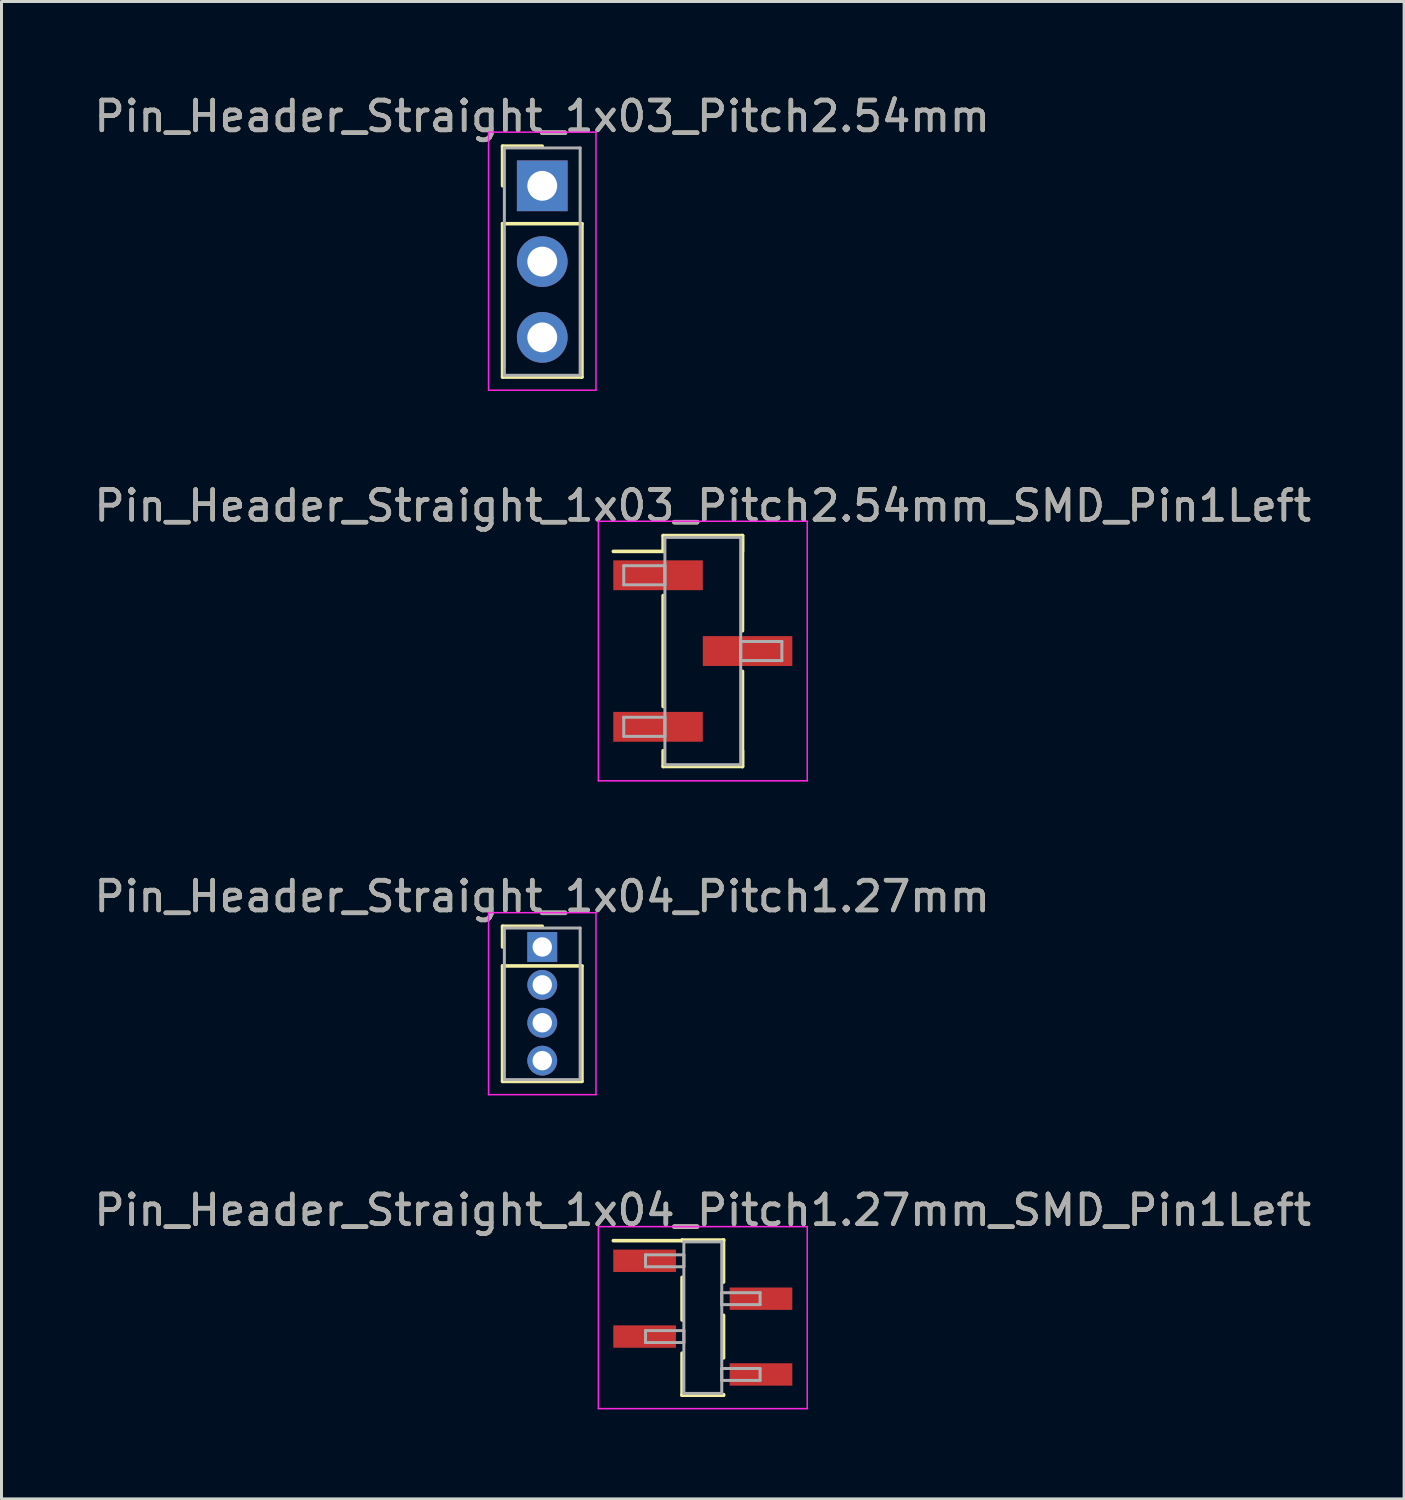
<source format=kicad_pcb>
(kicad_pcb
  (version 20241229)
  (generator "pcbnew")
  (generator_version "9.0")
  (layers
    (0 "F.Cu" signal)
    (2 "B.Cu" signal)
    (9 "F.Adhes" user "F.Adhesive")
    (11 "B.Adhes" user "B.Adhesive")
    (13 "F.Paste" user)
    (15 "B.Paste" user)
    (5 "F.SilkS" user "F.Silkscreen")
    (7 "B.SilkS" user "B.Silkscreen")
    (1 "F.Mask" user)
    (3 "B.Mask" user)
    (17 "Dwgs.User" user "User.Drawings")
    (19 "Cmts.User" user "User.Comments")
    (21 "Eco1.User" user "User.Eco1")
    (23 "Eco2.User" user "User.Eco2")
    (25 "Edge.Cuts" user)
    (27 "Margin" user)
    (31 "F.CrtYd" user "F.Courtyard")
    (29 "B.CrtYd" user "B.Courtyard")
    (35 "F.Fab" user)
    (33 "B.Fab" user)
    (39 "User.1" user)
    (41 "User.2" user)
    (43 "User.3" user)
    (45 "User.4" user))
  (footprint "Pin_Header_Straight_1x04_Pitch1.27mm"
    (layer "F.Cu")
    (at 15.125 28.69)
    (property "Reference" "Pin_Header_Straight_1x04_Pitch1.27mm" (at 0 -1.695 0) (layer "F.SilkS") (effects (font (size 1 1) (thickness 0.15))))
    (attr through_hole)
    (fp_line (start -1.33 -0.695) (end 0 -0.695) (stroke (width 0.12) (type solid)) (layer "F.SilkS"))
    (fp_line (start -1.33 0) (end -1.33 -0.695) (stroke (width 0.12) (type solid)) (layer "F.SilkS"))
    (fp_line (start -1.33 0.635) (end -1.33 4.505) (stroke (width 0.12) (type solid)) (layer "F.SilkS"))
    (fp_line (start -1.33 4.505) (end 1.33 4.505) (stroke (width 0.12) (type solid)) (layer "F.SilkS"))
    (fp_line (start 1.33 0.635) (end -1.33 0.635) (stroke (width 0.12) (type solid)) (layer "F.SilkS"))
    (fp_line (start 1.33 4.505) (end 1.33 0.635) (stroke (width 0.12) (type solid)) (layer "F.SilkS"))
    (fp_line (start -1.8 -1.15) (end -1.8 4.95) (stroke (width 0.05) (type solid)) (layer "F.CrtYd"))
    (fp_line (start -1.8 4.95) (end 1.8 4.95) (stroke (width 0.05) (type solid)) (layer "F.CrtYd"))
    (fp_line (start 1.8 -1.15) (end -1.8 -1.15) (stroke (width 0.05) (type solid)) (layer "F.CrtYd"))
    (fp_line (start 1.8 4.95) (end 1.8 -1.15) (stroke (width 0.05) (type solid)) (layer "F.CrtYd"))
    (fp_line (start -1.27 -0.635) (end -1.27 4.445) (stroke (width 0.1) (type solid)) (layer "F.Fab"))
    (fp_line (start -1.27 4.445) (end 1.27 4.445) (stroke (width 0.1) (type solid)) (layer "F.Fab"))
    (fp_line (start 1.27 -0.635) (end -1.27 -0.635) (stroke (width 0.1) (type solid)) (layer "F.Fab"))
    (fp_line (start 1.27 4.445) (end 1.27 -0.635) (stroke (width 0.1) (type solid)) (layer "F.Fab"))
    (fp_text user "${REFERENCE}" (at 0 -1.695 0) (layer "F.Fab") (effects (font (size 1 1) (thickness 0.15))))
    (pad "1" thru_hole rect (at 0 0) (size 1 1) (drill 0.65) (layers "*.Cu" "*.Mask"))
    (pad "2" thru_hole oval (at 0 1.27) (size 1 1) (drill 0.65) (layers "*.Cu" "*.Mask"))
    (pad "3" thru_hole oval (at 0 2.54) (size 1 1) (drill 0.65) (layers "*.Cu" "*.Mask"))
    (pad "4" thru_hole oval (at 0 3.81) (size 1 1) (drill 0.65) (layers "*.Cu" "*.Mask")))
  (footprint "Pin_Header_Straight_1x03_Pitch2.54mm_SMD_Pin1Left"
    (layer "F.Cu")
    (at 20.506 18.771)
    (property "Reference" "Pin_Header_Straight_1x03_Pitch2.54mm_SMD_Pin1Left" (at 0 -4.87 0) (layer "F.SilkS") (effects (font (size 1 1) (thickness 0.15))))
    (attr smd)
    (fp_line (start -1.33 -3.87) (end 1.33 -3.87) (stroke (width 0.12) (type solid)) (layer "F.SilkS"))
    (fp_line (start -1.33 -3.34) (end -3 -3.34) (stroke (width 0.12) (type solid)) (layer "F.SilkS"))
    (fp_line (start -1.33 -3.34) (end -1.33 -3.87) (stroke (width 0.12) (type solid)) (layer "F.SilkS"))
    (fp_line (start -1.33 -1.86) (end -1.33 1.86) (stroke (width 0.12) (type solid)) (layer "F.SilkS"))
    (fp_line (start -1.33 3.34) (end -1.33 3.87) (stroke (width 0.12) (type solid)) (layer "F.SilkS"))
    (fp_line (start -1.33 3.87) (end 1.33 3.87) (stroke (width 0.12) (type solid)) (layer "F.SilkS"))
    (fp_line (start 1.33 -3.87) (end 1.33 -3.34) (stroke (width 0.12) (type solid)) (layer "F.SilkS"))
    (fp_line (start 1.33 -3.87) (end 1.33 -0.68) (stroke (width 0.12) (type solid)) (layer "F.SilkS"))
    (fp_line (start 1.33 0.68) (end 1.33 3.87) (stroke (width 0.12) (type solid)) (layer "F.SilkS"))
    (fp_line (start 1.33 3.87) (end 1.33 3.34) (stroke (width 0.12) (type solid)) (layer "F.SilkS"))
    (fp_line (start -3.5 -4.35) (end -3.5 4.35) (stroke (width 0.05) (type solid)) (layer "F.CrtYd"))
    (fp_line (start -3.5 4.35) (end 3.5 4.35) (stroke (width 0.05) (type solid)) (layer "F.CrtYd"))
    (fp_line (start 3.5 -4.35) (end -3.5 -4.35) (stroke (width 0.05) (type solid)) (layer "F.CrtYd"))
    (fp_line (start 3.5 4.35) (end 3.5 -4.35) (stroke (width 0.05) (type solid)) (layer "F.CrtYd"))
    (fp_line (start -2.65 -2.86) (end -1.27 -2.86) (stroke (width 0.1) (type solid)) (layer "F.Fab"))
    (fp_line (start -2.65 -2.22) (end -2.65 -2.86) (stroke (width 0.1) (type solid)) (layer "F.Fab"))
    (fp_line (start -2.65 2.22) (end -1.27 2.22) (stroke (width 0.1) (type solid)) (layer "F.Fab"))
    (fp_line (start -2.65 2.86) (end -2.65 2.22) (stroke (width 0.1) (type solid)) (layer "F.Fab"))
    (fp_line (start -1.27 -3.81) (end -1.27 3.81) (stroke (width 0.1) (type solid)) (layer "F.Fab"))
    (fp_line (start -1.27 -2.86) (end -1.27 -2.22) (stroke (width 0.1) (type solid)) (layer "F.Fab"))
    (fp_line (start -1.27 -2.22) (end -2.65 -2.22) (stroke (width 0.1) (type solid)) (layer "F.Fab"))
    (fp_line (start -1.27 2.22) (end -1.27 2.86) (stroke (width 0.1) (type solid)) (layer "F.Fab"))
    (fp_line (start -1.27 2.86) (end -2.65 2.86) (stroke (width 0.1) (type solid)) (layer "F.Fab"))
    (fp_line (start -1.27 3.81) (end 1.27 3.81) (stroke (width 0.1) (type solid)) (layer "F.Fab"))
    (fp_line (start 1.27 -3.81) (end -1.27 -3.81) (stroke (width 0.1) (type solid)) (layer "F.Fab"))
    (fp_line (start 1.27 -0.32) (end 1.27 0.32) (stroke (width 0.1) (type solid)) (layer "F.Fab"))
    (fp_line (start 1.27 0.32) (end 2.65 0.32) (stroke (width 0.1) (type solid)) (layer "F.Fab"))
    (fp_line (start 1.27 3.81) (end 1.27 -3.81) (stroke (width 0.1) (type solid)) (layer "F.Fab"))
    (fp_line (start 2.65 -0.32) (end 1.27 -0.32) (stroke (width 0.1) (type solid)) (layer "F.Fab"))
    (fp_line (start 2.65 0.32) (end 2.65 -0.32) (stroke (width 0.1) (type solid)) (layer "F.Fab"))
    (fp_text user "${REFERENCE}" (at 0 -4.87 0) (layer "F.Fab") (effects (font (size 1 1) (thickness 0.15))))
    (pad "1" smd rect (at -1.5 -2.54) (size 3 1) (layers "F.Cu" "F.Mask" "F.Paste"))
    (pad "2" smd rect (at 1.5 0) (size 3 1) (layers "F.Cu" "F.Mask" "F.Paste"))
    (pad "3" smd rect (at -1.5 2.54) (size 3 1) (layers "F.Cu" "F.Mask" "F.Paste")))
  (footprint "Pin_Header_Straight_1x03_Pitch2.54mm"
    (layer "F.Cu")
    (at 15.125 3.178)
    (property "Reference" "Pin_Header_Straight_1x03_Pitch2.54mm" (at 0 -2.33 0) (layer "F.SilkS") (effects (font (size 1 1) (thickness 0.15))))
    (attr through_hole)
    (fp_line (start -1.33 -1.33) (end 0 -1.33) (stroke (width 0.12) (type solid)) (layer "F.SilkS"))
    (fp_line (start -1.33 0) (end -1.33 -1.33) (stroke (width 0.12) (type solid)) (layer "F.SilkS"))
    (fp_line (start -1.33 1.27) (end -1.33 6.41) (stroke (width 0.12) (type solid)) (layer "F.SilkS"))
    (fp_line (start -1.33 6.41) (end 1.33 6.41) (stroke (width 0.12) (type solid)) (layer "F.SilkS"))
    (fp_line (start 1.33 1.27) (end -1.33 1.27) (stroke (width 0.12) (type solid)) (layer "F.SilkS"))
    (fp_line (start 1.33 6.41) (end 1.33 1.27) (stroke (width 0.12) (type solid)) (layer "F.SilkS"))
    (fp_line (start -1.8 -1.8) (end -1.8 6.85) (stroke (width 0.05) (type solid)) (layer "F.CrtYd"))
    (fp_line (start -1.8 6.85) (end 1.8 6.85) (stroke (width 0.05) (type solid)) (layer "F.CrtYd"))
    (fp_line (start 1.8 -1.8) (end -1.8 -1.8) (stroke (width 0.05) (type solid)) (layer "F.CrtYd"))
    (fp_line (start 1.8 6.85) (end 1.8 -1.8) (stroke (width 0.05) (type solid)) (layer "F.CrtYd"))
    (fp_line (start -1.27 -1.27) (end -1.27 6.35) (stroke (width 0.1) (type solid)) (layer "F.Fab"))
    (fp_line (start -1.27 6.35) (end 1.27 6.35) (stroke (width 0.1) (type solid)) (layer "F.Fab"))
    (fp_line (start 1.27 -1.27) (end -1.27 -1.27) (stroke (width 0.1) (type solid)) (layer "F.Fab"))
    (fp_line (start 1.27 6.35) (end 1.27 -1.27) (stroke (width 0.1) (type solid)) (layer "F.Fab"))
    (fp_text user "${REFERENCE}" (at 0 -2.33 0) (layer "F.Fab") (effects (font (size 1 1) (thickness 0.15))))
    (pad "1" thru_hole rect (at 0 0) (size 1.7 1.7) (drill 1) (layers "*.Cu" "*.Mask"))
    (pad "2" thru_hole oval (at 0 2.54) (size 1.7 1.7) (drill 1) (layers "*.Cu" "*.Mask"))
    (pad "3" thru_hole oval (at 0 5.08) (size 1.7 1.7) (drill 1) (layers "*.Cu" "*.Mask")))
  (footprint "Pin_Header_Straight_1x04_Pitch1.27mm_SMD_Pin1Left"
    (layer "F.Cu")
    (at 20.506 41.113)
    (property "Reference" "Pin_Header_Straight_1x04_Pitch1.27mm_SMD_Pin1Left" (at 0 -3.6 0) (layer "F.SilkS") (effects (font (size 1 1) (thickness 0.15))))
    (attr smd)
    (fp_line (start -0.695 -2.6) (end 0.695 -2.6) (stroke (width 0.12) (type solid)) (layer "F.SilkS"))
    (fp_line (start -0.695 -2.58) (end -3 -2.58) (stroke (width 0.12) (type solid)) (layer "F.SilkS"))
    (fp_line (start -0.695 -2.58) (end -0.695 -2.6) (stroke (width 0.12) (type solid)) (layer "F.SilkS"))
    (fp_line (start -0.695 -1.35) (end -0.695 0.08) (stroke (width 0.12) (type solid)) (layer "F.SilkS"))
    (fp_line (start -0.695 1.19) (end -0.695 2.6) (stroke (width 0.12) (type solid)) (layer "F.SilkS"))
    (fp_line (start -0.695 2.58) (end -0.695 2.6) (stroke (width 0.12) (type solid)) (layer "F.SilkS"))
    (fp_line (start -0.695 2.6) (end 0.695 2.6) (stroke (width 0.12) (type solid)) (layer "F.SilkS"))
    (fp_line (start 0.695 -2.6) (end 0.695 -2.58) (stroke (width 0.12) (type solid)) (layer "F.SilkS"))
    (fp_line (start 0.695 -2.6) (end 0.695 -1.19) (stroke (width 0.12) (type solid)) (layer "F.SilkS"))
    (fp_line (start 0.695 -0.08) (end 0.695 1.35) (stroke (width 0.12) (type solid)) (layer "F.SilkS"))
    (fp_line (start 0.695 2.6) (end 0.695 2.58) (stroke (width 0.12) (type solid)) (layer "F.SilkS"))
    (fp_line (start -3.5 -3.05) (end -3.5 3.05) (stroke (width 0.05) (type solid)) (layer "F.CrtYd"))
    (fp_line (start -3.5 3.05) (end 3.5 3.05) (stroke (width 0.05) (type solid)) (layer "F.CrtYd"))
    (fp_line (start 3.5 -3.05) (end -3.5 -3.05) (stroke (width 0.05) (type solid)) (layer "F.CrtYd"))
    (fp_line (start 3.5 3.05) (end 3.5 -3.05) (stroke (width 0.05) (type solid)) (layer "F.CrtYd"))
    (fp_line (start -1.92 -2.105) (end -0.635 -2.105) (stroke (width 0.1) (type solid)) (layer "F.Fab"))
    (fp_line (start -1.92 -1.705) (end -1.92 -2.105) (stroke (width 0.1) (type solid)) (layer "F.Fab"))
    (fp_line (start -1.92 0.435) (end -0.635 0.435) (stroke (width 0.1) (type solid)) (layer "F.Fab"))
    (fp_line (start -1.92 0.835) (end -1.92 0.435) (stroke (width 0.1) (type solid)) (layer "F.Fab"))
    (fp_line (start -0.635 -2.54) (end -0.635 2.54) (stroke (width 0.1) (type solid)) (layer "F.Fab"))
    (fp_line (start -0.635 -2.105) (end -0.635 -1.705) (stroke (width 0.1) (type solid)) (layer "F.Fab"))
    (fp_line (start -0.635 -1.705) (end -1.92 -1.705) (stroke (width 0.1) (type solid)) (layer "F.Fab"))
    (fp_line (start -0.635 0.435) (end -0.635 0.835) (stroke (width 0.1) (type solid)) (layer "F.Fab"))
    (fp_line (start -0.635 0.835) (end -1.92 0.835) (stroke (width 0.1) (type solid)) (layer "F.Fab"))
    (fp_line (start -0.635 2.54) (end 0.635 2.54) (stroke (width 0.1) (type solid)) (layer "F.Fab"))
    (fp_line (start 0.635 -2.54) (end -0.635 -2.54) (stroke (width 0.1) (type solid)) (layer "F.Fab"))
    (fp_line (start 0.635 -0.835) (end 0.635 -0.435) (stroke (width 0.1) (type solid)) (layer "F.Fab"))
    (fp_line (start 0.635 -0.435) (end 1.92 -0.435) (stroke (width 0.1) (type solid)) (layer "F.Fab"))
    (fp_line (start 0.635 1.705) (end 0.635 2.105) (stroke (width 0.1) (type solid)) (layer "F.Fab"))
    (fp_line (start 0.635 2.105) (end 1.92 2.105) (stroke (width 0.1) (type solid)) (layer "F.Fab"))
    (fp_line (start 0.635 2.54) (end 0.635 -2.54) (stroke (width 0.1) (type solid)) (layer "F.Fab"))
    (fp_line (start 1.92 -0.835) (end 0.635 -0.835) (stroke (width 0.1) (type solid)) (layer "F.Fab"))
    (fp_line (start 1.92 -0.435) (end 1.92 -0.835) (stroke (width 0.1) (type solid)) (layer "F.Fab"))
    (fp_line (start 1.92 1.705) (end 0.635 1.705) (stroke (width 0.1) (type solid)) (layer "F.Fab"))
    (fp_line (start 1.92 2.105) (end 1.92 1.705) (stroke (width 0.1) (type solid)) (layer "F.Fab"))
    (fp_text user "${REFERENCE}" (at 0 -3.6 0) (layer "F.Fab") (effects (font (size 1 1) (thickness 0.15))))
    (pad "1" smd rect (at -1.95 -1.905) (size 2.1 0.75) (layers "F.Cu" "F.Mask" "F.Paste"))
    (pad "2" smd rect (at 1.95 -0.635) (size 2.1 0.75) (layers "F.Cu" "F.Mask" "F.Paste"))
    (pad "3" smd rect (at -1.95 0.635) (size 2.1 0.75) (layers "F.Cu" "F.Mask" "F.Paste"))
    (pad "4" smd rect (at 1.95 1.905) (size 2.1 0.75) (layers "F.Cu" "F.Mask" "F.Paste")))
  (gr_rect
    (start -3 -3)
    (end 44.012 47.188)
    (stroke (width 0.1) (type default))
    (fill no)
    (layer "Edge.Cuts")))
</source>
